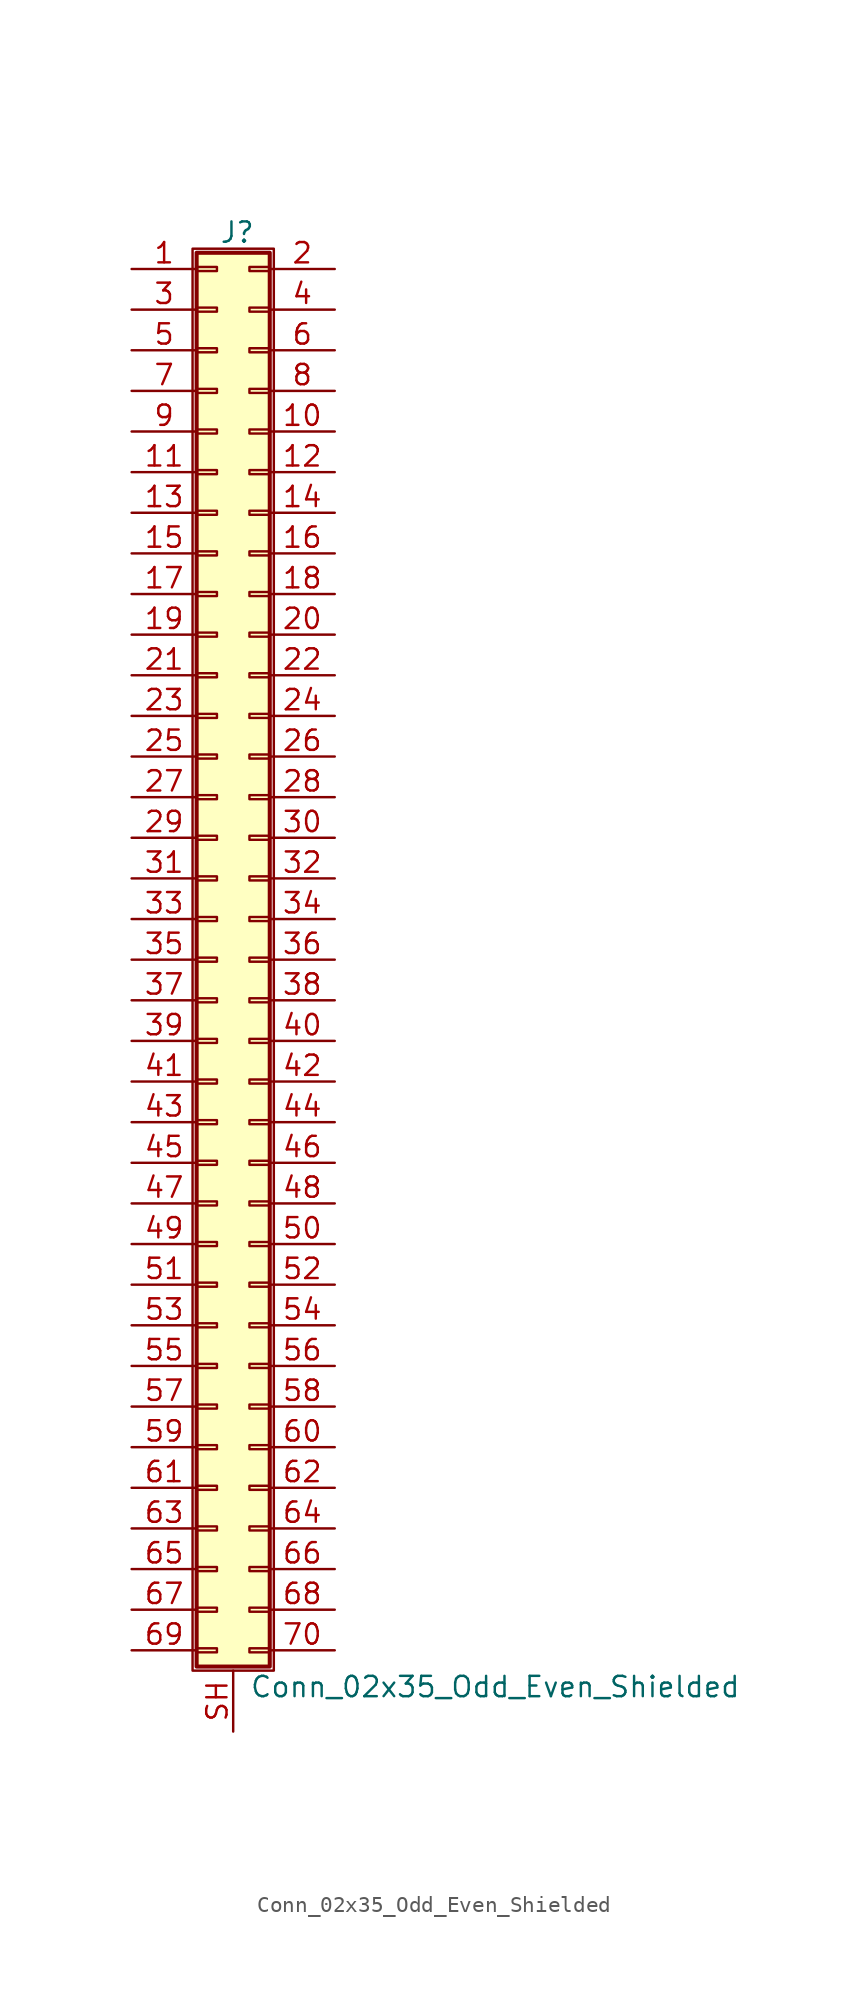
<source format=kicad_sym>
(kicad_symbol_lib
  (version 20201005)
  (generator kicad_symbol_editor)
  (symbol "Conn_02x35_Odd_Even_Shielded"
    (pin_names
      (offset 1.016) hide)
    (property "Reference" "J"
      (at 1.524 45.466 0)
      (effects (font (size 1.27 1.27))))
    (property "Value" "Conn_02x35_Odd_Even_Shielded"
      (at 2.286 -45.466 0)
      (effects (font (size 1.27 1.27)) (justify left)))
    (symbol "Conn_02x35_Odd_Even_Shielded_1_1"
      (rectangle (start -1.27 44.45) (end 3.81 -44.45) (stroke (width 0.152)) (fill (type none)))
      (rectangle (start -1.016 -43.053) (end 0.254 -43.307) (stroke (width 0.152)) (fill (type none)))
      (rectangle (start -1.016 -40.513) (end 0.254 -40.767) (stroke (width 0.152)) (fill (type none)))
      (rectangle (start -1.016 -37.973) (end 0.254 -38.227) (stroke (width 0.152)) (fill (type none)))
      (rectangle (start -1.016 -35.433) (end 0.254 -35.687) (stroke (width 0.152)) (fill (type none)))
      (rectangle (start -1.016 -32.893) (end 0.254 -33.147) (stroke (width 0.152)) (fill (type none)))
      (rectangle (start -1.016 -30.353) (end 0.254 -30.607) (stroke (width 0.152)) (fill (type none)))
      (rectangle (start -1.016 -27.813) (end 0.254 -28.067) (stroke (width 0.152)) (fill (type none)))
      (rectangle (start -1.016 -25.273) (end 0.254 -25.527) (stroke (width 0.152)) (fill (type none)))
      (rectangle (start -1.016 -22.733) (end 0.254 -22.987) (stroke (width 0.152)) (fill (type none)))
      (rectangle (start -1.016 -20.193) (end 0.254 -20.447) (stroke (width 0.152)) (fill (type none)))
      (rectangle (start -1.016 -17.653) (end 0.254 -17.907) (stroke (width 0.152)) (fill (type none)))
      (rectangle (start -1.016 -15.113) (end 0.254 -15.367) (stroke (width 0.152)) (fill (type none)))
      (rectangle (start -1.016 -12.573) (end 0.254 -12.827) (stroke (width 0.152)) (fill (type none)))
      (rectangle (start -1.016 -10.033) (end 0.254 -10.287) (stroke (width 0.152)) (fill (type none)))
      (rectangle (start -1.016 -7.493) (end 0.254 -7.747) (stroke (width 0.152)) (fill (type none)))
      (rectangle (start -1.016 -4.953) (end 0.254 -5.207) (stroke (width 0.152)) (fill (type none)))
      (rectangle (start -1.016 -2.413) (end 0.254 -2.667) (stroke (width 0.152)) (fill (type none)))
      (rectangle (start -1.016 0.127) (end 0.254 -0.127) (stroke (width 0.152)) (fill (type none)))
      (rectangle (start -1.016 2.667) (end 0.254 2.413) (stroke (width 0.152)) (fill (type none)))
      (rectangle (start -1.016 5.207) (end 0.254 4.953) (stroke (width 0.152)) (fill (type none)))
      (rectangle (start -1.016 7.747) (end 0.254 7.493) (stroke (width 0.152)) (fill (type none)))
      (rectangle (start -1.016 10.287) (end 0.254 10.033) (stroke (width 0.152)) (fill (type none)))
      (rectangle (start -1.016 12.827) (end 0.254 12.573) (stroke (width 0.152)) (fill (type none)))
      (rectangle (start -1.016 15.367) (end 0.254 15.113) (stroke (width 0.152)) (fill (type none)))
      (rectangle (start -1.016 17.907) (end 0.254 17.653) (stroke (width 0.152)) (fill (type none)))
      (rectangle (start -1.016 20.447) (end 0.254 20.193) (stroke (width 0.152)) (fill (type none)))
      (rectangle (start -1.016 22.987) (end 0.254 22.733) (stroke (width 0.152)) (fill (type none)))
      (rectangle (start -1.016 25.527) (end 0.254 25.273) (stroke (width 0.152)) (fill (type none)))
      (rectangle (start -1.016 28.067) (end 0.254 27.813) (stroke (width 0.152)) (fill (type none)))
      (rectangle (start -1.016 30.607) (end 0.254 30.353) (stroke (width 0.152)) (fill (type none)))
      (rectangle (start -1.016 33.147) (end 0.254 32.893) (stroke (width 0.152)) (fill (type none)))
      (rectangle (start -1.016 35.687) (end 0.254 35.433) (stroke (width 0.152)) (fill (type none)))
      (rectangle (start -1.016 38.227) (end 0.254 37.973) (stroke (width 0.152)) (fill (type none)))
      (rectangle (start -1.016 40.767) (end 0.254 40.513) (stroke (width 0.152)) (fill (type none)))
      (rectangle (start -1.016 43.307) (end 0.254 43.053) (stroke (width 0.152)) (fill (type none)))
      (rectangle (start 3.556 -43.053) (end 2.286 -43.307) (stroke (width 0.152)) (fill (type none)))
      (rectangle (start 3.556 -40.513) (end 2.286 -40.767) (stroke (width 0.152)) (fill (type none)))
      (rectangle (start 3.556 -37.973) (end 2.286 -38.227) (stroke (width 0.152)) (fill (type none)))
      (rectangle (start 3.556 -35.433) (end 2.286 -35.687) (stroke (width 0.152)) (fill (type none)))
      (rectangle (start 3.556 -32.893) (end 2.286 -33.147) (stroke (width 0.152)) (fill (type none)))
      (rectangle (start 3.556 -30.353) (end 2.286 -30.607) (stroke (width 0.152)) (fill (type none)))
      (rectangle (start 3.556 -27.813) (end 2.286 -28.067) (stroke (width 0.152)) (fill (type none)))
      (rectangle (start 3.556 -25.273) (end 2.286 -25.527) (stroke (width 0.152)) (fill (type none)))
      (rectangle (start 3.556 -22.733) (end 2.286 -22.987) (stroke (width 0.152)) (fill (type none)))
      (rectangle (start 3.556 -20.193) (end 2.286 -20.447) (stroke (width 0.152)) (fill (type none)))
      (rectangle (start 3.556 -17.653) (end 2.286 -17.907) (stroke (width 0.152)) (fill (type none)))
      (rectangle (start 3.556 -15.113) (end 2.286 -15.367) (stroke (width 0.152)) (fill (type none)))
      (rectangle (start 3.556 -12.573) (end 2.286 -12.827) (stroke (width 0.152)) (fill (type none)))
      (rectangle (start 3.556 -10.033) (end 2.286 -10.287) (stroke (width 0.152)) (fill (type none)))
      (rectangle (start 3.556 -7.493) (end 2.286 -7.747) (stroke (width 0.152)) (fill (type none)))
      (rectangle (start 3.556 -4.953) (end 2.286 -5.207) (stroke (width 0.152)) (fill (type none)))
      (rectangle (start 3.556 -2.413) (end 2.286 -2.667) (stroke (width 0.152)) (fill (type none)))
      (rectangle (start 3.556 0.127) (end 2.286 -0.127) (stroke (width 0.152)) (fill (type none)))
      (rectangle (start 3.556 2.667) (end 2.286 2.413) (stroke (width 0.152)) (fill (type none)))
      (rectangle (start 3.556 5.207) (end 2.286 4.953) (stroke (width 0.152)) (fill (type none)))
      (rectangle (start 3.556 7.747) (end 2.286 7.493) (stroke (width 0.152)) (fill (type none)))
      (rectangle (start 3.556 10.287) (end 2.286 10.033) (stroke (width 0.152)) (fill (type none)))
      (rectangle (start 3.556 12.827) (end 2.286 12.573) (stroke (width 0.152)) (fill (type none)))
      (rectangle (start 3.556 15.367) (end 2.286 15.113) (stroke (width 0.152)) (fill (type none)))
      (rectangle (start 3.556 17.907) (end 2.286 17.653) (stroke (width 0.152)) (fill (type none)))
      (rectangle (start 3.556 20.447) (end 2.286 20.193) (stroke (width 0.152)) (fill (type none)))
      (rectangle (start 3.556 22.987) (end 2.286 22.733) (stroke (width 0.152)) (fill (type none)))
      (rectangle (start 3.556 25.527) (end 2.286 25.273) (stroke (width 0.152)) (fill (type none)))
      (rectangle (start 3.556 28.067) (end 2.286 27.813) (stroke (width 0.152)) (fill (type none)))
      (rectangle (start 3.556 30.607) (end 2.286 30.353) (stroke (width 0.152)) (fill (type none)))
      (rectangle (start 3.556 33.147) (end 2.286 32.893) (stroke (width 0.152)) (fill (type none)))
      (rectangle (start 3.556 35.687) (end 2.286 35.433) (stroke (width 0.152)) (fill (type none)))
      (rectangle (start 3.556 38.227) (end 2.286 37.973) (stroke (width 0.152)) (fill (type none)))
      (rectangle (start 3.556 40.767) (end 2.286 40.513) (stroke (width 0.152)) (fill (type none)))
      (rectangle (start 3.556 43.307) (end 2.286 43.053) (stroke (width 0.152)) (fill (type none)))
      (rectangle (start -1.016 44.196) (end 3.556 -44.196) (stroke (width 0.254)) (fill (type background)))
      (pin passive line (at -5.08 43.18 0) (length 4.064) (name "Pin_1" (effects (font (size 1.27 1.27)))) (number "1" (effects (font (size 1.27 1.27)))))
      (pin passive line (at 7.62 33.02 180) (length 4.064) (name "Pin_10" (effects (font (size 1.27 1.27)))) (number "10" (effects (font (size 1.27 1.27)))))
      (pin passive line (at -5.08 30.48 0) (length 4.064) (name "Pin_11" (effects (font (size 1.27 1.27)))) (number "11" (effects (font (size 1.27 1.27)))))
      (pin passive line (at 7.62 30.48 180) (length 4.064) (name "Pin_12" (effects (font (size 1.27 1.27)))) (number "12" (effects (font (size 1.27 1.27)))))
      (pin passive line (at -5.08 27.94 0) (length 4.064) (name "Pin_13" (effects (font (size 1.27 1.27)))) (number "13" (effects (font (size 1.27 1.27)))))
      (pin passive line (at 7.62 27.94 180) (length 4.064) (name "Pin_14" (effects (font (size 1.27 1.27)))) (number "14" (effects (font (size 1.27 1.27)))))
      (pin passive line (at -5.08 25.4 0) (length 4.064) (name "Pin_15" (effects (font (size 1.27 1.27)))) (number "15" (effects (font (size 1.27 1.27)))))
      (pin passive line (at 7.62 25.4 180) (length 4.064) (name "Pin_16" (effects (font (size 1.27 1.27)))) (number "16" (effects (font (size 1.27 1.27)))))
      (pin passive line (at -5.08 22.86 0) (length 4.064) (name "Pin_17" (effects (font (size 1.27 1.27)))) (number "17" (effects (font (size 1.27 1.27)))))
      (pin passive line (at 7.62 22.86 180) (length 4.064) (name "Pin_18" (effects (font (size 1.27 1.27)))) (number "18" (effects (font (size 1.27 1.27)))))
      (pin passive line (at -5.08 20.32 0) (length 4.064) (name "Pin_19" (effects (font (size 1.27 1.27)))) (number "19" (effects (font (size 1.27 1.27)))))
      (pin passive line (at 7.62 43.18 180) (length 4.064) (name "Pin_2" (effects (font (size 1.27 1.27)))) (number "2" (effects (font (size 1.27 1.27)))))
      (pin passive line (at 7.62 20.32 180) (length 4.064) (name "Pin_20" (effects (font (size 1.27 1.27)))) (number "20" (effects (font (size 1.27 1.27)))))
      (pin passive line (at -5.08 17.78 0) (length 4.064) (name "Pin_21" (effects (font (size 1.27 1.27)))) (number "21" (effects (font (size 1.27 1.27)))))
      (pin passive line (at 7.62 17.78 180) (length 4.064) (name "Pin_22" (effects (font (size 1.27 1.27)))) (number "22" (effects (font (size 1.27 1.27)))))
      (pin passive line (at -5.08 15.24 0) (length 4.064) (name "Pin_23" (effects (font (size 1.27 1.27)))) (number "23" (effects (font (size 1.27 1.27)))))
      (pin passive line (at 7.62 15.24 180) (length 4.064) (name "Pin_24" (effects (font (size 1.27 1.27)))) (number "24" (effects (font (size 1.27 1.27)))))
      (pin passive line (at -5.08 12.7 0) (length 4.064) (name "Pin_25" (effects (font (size 1.27 1.27)))) (number "25" (effects (font (size 1.27 1.27)))))
      (pin passive line (at 7.62 12.7 180) (length 4.064) (name "Pin_26" (effects (font (size 1.27 1.27)))) (number "26" (effects (font (size 1.27 1.27)))))
      (pin passive line (at -5.08 10.16 0) (length 4.064) (name "Pin_27" (effects (font (size 1.27 1.27)))) (number "27" (effects (font (size 1.27 1.27)))))
      (pin passive line (at 7.62 10.16 180) (length 4.064) (name "Pin_28" (effects (font (size 1.27 1.27)))) (number "28" (effects (font (size 1.27 1.27)))))
      (pin passive line (at -5.08 7.62 0) (length 4.064) (name "Pin_29" (effects (font (size 1.27 1.27)))) (number "29" (effects (font (size 1.27 1.27)))))
      (pin passive line (at -5.08 40.64 0) (length 4.064) (name "Pin_3" (effects (font (size 1.27 1.27)))) (number "3" (effects (font (size 1.27 1.27)))))
      (pin passive line (at 7.62 7.62 180) (length 4.064) (name "Pin_30" (effects (font (size 1.27 1.27)))) (number "30" (effects (font (size 1.27 1.27)))))
      (pin passive line (at -5.08 5.08 0) (length 4.064) (name "Pin_31" (effects (font (size 1.27 1.27)))) (number "31" (effects (font (size 1.27 1.27)))))
      (pin passive line (at 7.62 5.08 180) (length 4.064) (name "Pin_32" (effects (font (size 1.27 1.27)))) (number "32" (effects (font (size 1.27 1.27)))))
      (pin passive line (at -5.08 2.54 0) (length 4.064) (name "Pin_33" (effects (font (size 1.27 1.27)))) (number "33" (effects (font (size 1.27 1.27)))))
      (pin passive line (at 7.62 2.54 180) (length 4.064) (name "Pin_34" (effects (font (size 1.27 1.27)))) (number "34" (effects (font (size 1.27 1.27)))))
      (pin passive line (at -5.08 0 0) (length 4.064) (name "Pin_35" (effects (font (size 1.27 1.27)))) (number "35" (effects (font (size 1.27 1.27)))))
      (pin passive line (at 7.62 0 180) (length 4.064) (name "Pin_36" (effects (font (size 1.27 1.27)))) (number "36" (effects (font (size 1.27 1.27)))))
      (pin passive line (at -5.08 -2.54 0) (length 4.064) (name "Pin_37" (effects (font (size 1.27 1.27)))) (number "37" (effects (font (size 1.27 1.27)))))
      (pin passive line (at 7.62 -2.54 180) (length 4.064) (name "Pin_38" (effects (font (size 1.27 1.27)))) (number "38" (effects (font (size 1.27 1.27)))))
      (pin passive line (at -5.08 -5.08 0) (length 4.064) (name "Pin_39" (effects (font (size 1.27 1.27)))) (number "39" (effects (font (size 1.27 1.27)))))
      (pin passive line (at 7.62 40.64 180) (length 4.064) (name "Pin_4" (effects (font (size 1.27 1.27)))) (number "4" (effects (font (size 1.27 1.27)))))
      (pin passive line (at 7.62 -5.08 180) (length 4.064) (name "Pin_40" (effects (font (size 1.27 1.27)))) (number "40" (effects (font (size 1.27 1.27)))))
      (pin passive line (at -5.08 -7.62 0) (length 4.064) (name "Pin_41" (effects (font (size 1.27 1.27)))) (number "41" (effects (font (size 1.27 1.27)))))
      (pin passive line (at 7.62 -7.62 180) (length 4.064) (name "Pin_42" (effects (font (size 1.27 1.27)))) (number "42" (effects (font (size 1.27 1.27)))))
      (pin passive line (at -5.08 -10.16 0) (length 4.064) (name "Pin_43" (effects (font (size 1.27 1.27)))) (number "43" (effects (font (size 1.27 1.27)))))
      (pin passive line (at 7.62 -10.16 180) (length 4.064) (name "Pin_44" (effects (font (size 1.27 1.27)))) (number "44" (effects (font (size 1.27 1.27)))))
      (pin passive line (at -5.08 -12.7 0) (length 4.064) (name "Pin_45" (effects (font (size 1.27 1.27)))) (number "45" (effects (font (size 1.27 1.27)))))
      (pin passive line (at 7.62 -12.7 180) (length 4.064) (name "Pin_46" (effects (font (size 1.27 1.27)))) (number "46" (effects (font (size 1.27 1.27)))))
      (pin passive line (at -5.08 -15.24 0) (length 4.064) (name "Pin_47" (effects (font (size 1.27 1.27)))) (number "47" (effects (font (size 1.27 1.27)))))
      (pin passive line (at 7.62 -15.24 180) (length 4.064) (name "Pin_48" (effects (font (size 1.27 1.27)))) (number "48" (effects (font (size 1.27 1.27)))))
      (pin passive line (at -5.08 -17.78 0) (length 4.064) (name "Pin_49" (effects (font (size 1.27 1.27)))) (number "49" (effects (font (size 1.27 1.27)))))
      (pin passive line (at -5.08 38.1 0) (length 4.064) (name "Pin_5" (effects (font (size 1.27 1.27)))) (number "5" (effects (font (size 1.27 1.27)))))
      (pin passive line (at 7.62 -17.78 180) (length 4.064) (name "Pin_50" (effects (font (size 1.27 1.27)))) (number "50" (effects (font (size 1.27 1.27)))))
      (pin passive line (at -5.08 -20.32 0) (length 4.064) (name "Pin_51" (effects (font (size 1.27 1.27)))) (number "51" (effects (font (size 1.27 1.27)))))
      (pin passive line (at 7.62 -20.32 180) (length 4.064) (name "Pin_52" (effects (font (size 1.27 1.27)))) (number "52" (effects (font (size 1.27 1.27)))))
      (pin passive line (at -5.08 -22.86 0) (length 4.064) (name "Pin_53" (effects (font (size 1.27 1.27)))) (number "53" (effects (font (size 1.27 1.27)))))
      (pin passive line (at 7.62 -22.86 180) (length 4.064) (name "Pin_54" (effects (font (size 1.27 1.27)))) (number "54" (effects (font (size 1.27 1.27)))))
      (pin passive line (at -5.08 -25.4 0) (length 4.064) (name "Pin_55" (effects (font (size 1.27 1.27)))) (number "55" (effects (font (size 1.27 1.27)))))
      (pin passive line (at 7.62 -25.4 180) (length 4.064) (name "Pin_56" (effects (font (size 1.27 1.27)))) (number "56" (effects (font (size 1.27 1.27)))))
      (pin passive line (at -5.08 -27.94 0) (length 4.064) (name "Pin_57" (effects (font (size 1.27 1.27)))) (number "57" (effects (font (size 1.27 1.27)))))
      (pin passive line (at 7.62 -27.94 180) (length 4.064) (name "Pin_58" (effects (font (size 1.27 1.27)))) (number "58" (effects (font (size 1.27 1.27)))))
      (pin passive line (at -5.08 -30.48 0) (length 4.064) (name "Pin_59" (effects (font (size 1.27 1.27)))) (number "59" (effects (font (size 1.27 1.27)))))
      (pin passive line (at 7.62 38.1 180) (length 4.064) (name "Pin_6" (effects (font (size 1.27 1.27)))) (number "6" (effects (font (size 1.27 1.27)))))
      (pin passive line (at 7.62 -30.48 180) (length 4.064) (name "Pin_60" (effects (font (size 1.27 1.27)))) (number "60" (effects (font (size 1.27 1.27)))))
      (pin passive line (at -5.08 -33.02 0) (length 4.064) (name "Pin_61" (effects (font (size 1.27 1.27)))) (number "61" (effects (font (size 1.27 1.27)))))
      (pin passive line (at 7.62 -33.02 180) (length 4.064) (name "Pin_62" (effects (font (size 1.27 1.27)))) (number "62" (effects (font (size 1.27 1.27)))))
      (pin passive line (at -5.08 -35.56 0) (length 4.064) (name "Pin_63" (effects (font (size 1.27 1.27)))) (number "63" (effects (font (size 1.27 1.27)))))
      (pin passive line (at 7.62 -35.56 180) (length 4.064) (name "Pin_64" (effects (font (size 1.27 1.27)))) (number "64" (effects (font (size 1.27 1.27)))))
      (pin passive line (at -5.08 -38.1 0) (length 4.064) (name "Pin_65" (effects (font (size 1.27 1.27)))) (number "65" (effects (font (size 1.27 1.27)))))
      (pin passive line (at 7.62 -38.1 180) (length 4.064) (name "Pin_66" (effects (font (size 1.27 1.27)))) (number "66" (effects (font (size 1.27 1.27)))))
      (pin passive line (at -5.08 -40.64 0) (length 4.064) (name "Pin_67" (effects (font (size 1.27 1.27)))) (number "67" (effects (font (size 1.27 1.27)))))
      (pin passive line (at 7.62 -40.64 180) (length 4.064) (name "Pin_68" (effects (font (size 1.27 1.27)))) (number "68" (effects (font (size 1.27 1.27)))))
      (pin passive line (at -5.08 -43.18 0) (length 4.064) (name "Pin_69" (effects (font (size 1.27 1.27)))) (number "69" (effects (font (size 1.27 1.27)))))
      (pin passive line (at -5.08 35.56 0) (length 4.064) (name "Pin_7" (effects (font (size 1.27 1.27)))) (number "7" (effects (font (size 1.27 1.27)))))
      (pin passive line (at 7.62 -43.18 180) (length 4.064) (name "Pin_70" (effects (font (size 1.27 1.27)))) (number "70" (effects (font (size 1.27 1.27)))))
      (pin passive line (at 7.62 35.56 180) (length 4.064) (name "Pin_8" (effects (font (size 1.27 1.27)))) (number "8" (effects (font (size 1.27 1.27)))))
      (pin passive line (at -5.08 33.02 0) (length 4.064) (name "Pin_9" (effects (font (size 1.27 1.27)))) (number "9" (effects (font (size 1.27 1.27)))))
      (pin passive line (at 1.27 -48.26 90) (length 3.81) (name "Shield" (effects (font (size 1.27 1.27)))) (number "SH" (effects (font (size 1.27 1.27))))))))
</source>
